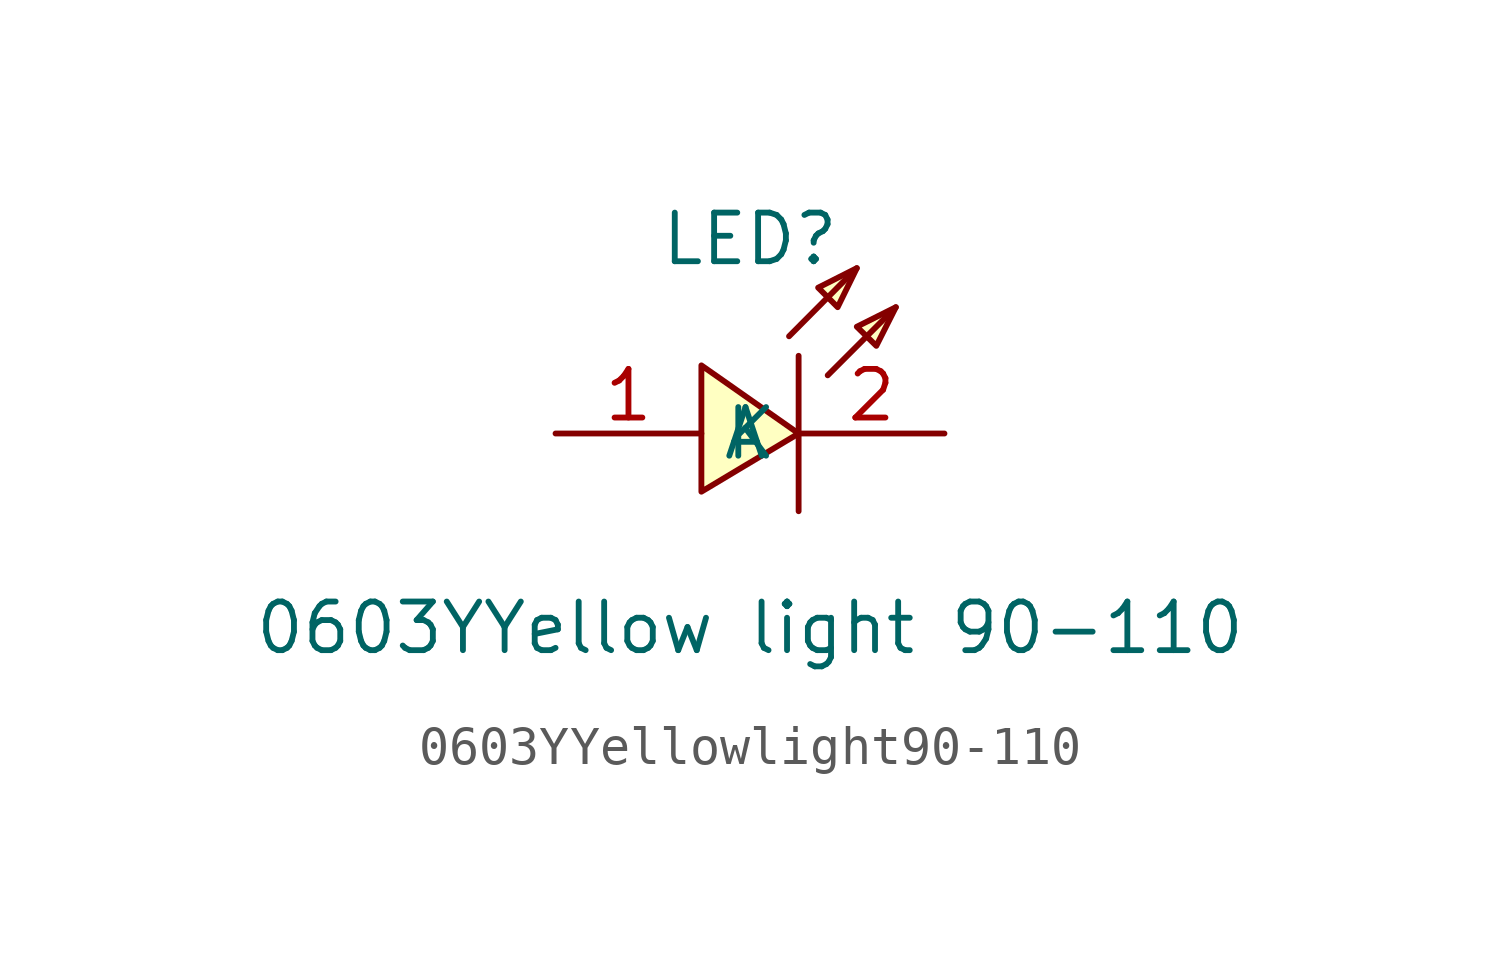
<source format=kicad_sym>
(kicad_symbol_lib
  (version 1)
  (generator "faebryk")
  (symbol "0603YYellowlight90-110"
    (property "Reference" "LED"
      (at 0 3.81 0)
      (effects (font (size 1.27 1.27)) (hide no)))
    (property "Value" "0603YYellow light 90-110"
      (at 0 -6.35 0)
      (effects (font (size 1.27 1.27)) (hide no)))
    (symbol "0603YYellowlight90-110_0_1"
      (polyline (stroke (width 0) (type default) (color 0 0 0 0)) (fill (type background)) (pts (xy 3.81 2.03) (xy 2.79 1.52) (xy 3.3 1.02) (xy 3.81 2.03)))
      (polyline (stroke (width 0) (type default) (color 0 0 0 0)) (fill (type background)) (pts (xy 2.79 3.05) (xy 1.78 2.54) (xy 2.29 2.03) (xy 2.79 3.05)))
      (polyline (stroke (width 0) (type default) (color 0 0 0 0)) (fill (type background)) (pts (xy -1.27 -2.79) (xy 1.27 -1.27) (xy -1.27 0.51) (xy -1.27 -2.79)))
      (polyline (stroke (width 0) (type default) (color 0 0 0 0)) (fill (type none)) (pts (xy 2.03 0.25) (xy 3.81 2.03)))
      (polyline (stroke (width 0) (type default) (color 0 0 0 0)) (fill (type none)) (pts (xy 1.02 1.27) (xy 2.79 3.05)))
      (polyline (stroke (width 0) (type default) (color 0 0 0 0)) (fill (type none)) (pts (xy 1.27 0.76) (xy 1.27 -3.3)))
      (pin unspecified line (at 5.08 -1.27 180) (length 3.81) (name "K" (effects (font (size 1.27 1.27)) (hide no))) (number "2" (effects (font (size 1.27 1.27)) (hide no))))
      (pin unspecified line (at -5.08 -1.27 0) (length 3.81) (name "A" (effects (font (size 1.27 1.27)) (hide no))) (number "1" (effects (font (size 1.27 1.27)) (hide no)))))))
</source>
